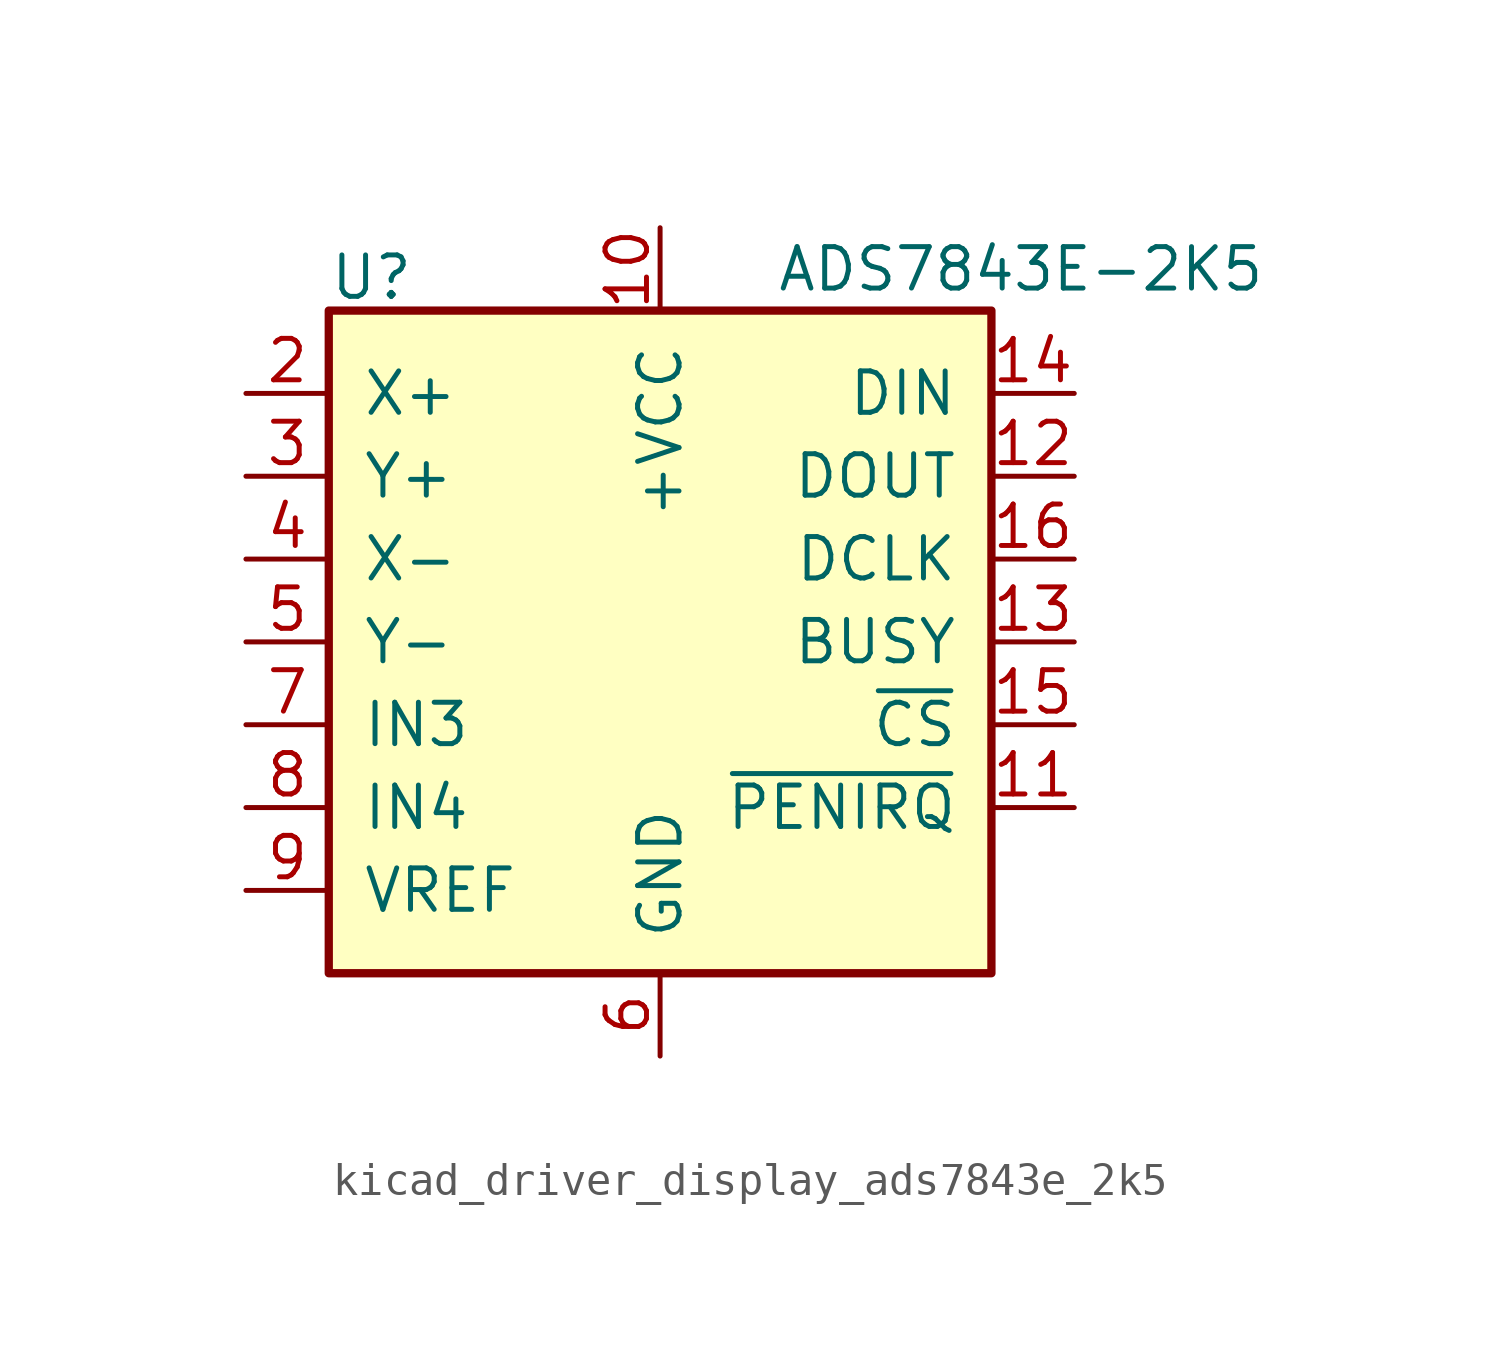
<source format=kicad_sym>
(kicad_symbol_lib
  (version 20220914)
  (generator kicad_symbol_editor)
  (symbol "kicad_driver_display_ads7843e_2k5"
    (pin_names
      (offset 1.016))
    (property "Reference" "U"
      (at -10.16 11.176 0)
      (effects (font (size 1.27 1.27)) (justify left)))
    (property "Value" "ADS7843E-2K5"
      (at 3.556 11.43 0)
      (effects (font (size 1.27 1.27)) (justify left)))
    (symbol "kicad_driver_display_ads7843e_2k5_0_1"
      (rectangle (start -10.16 10.16) (end 10.16 -10.16) (stroke (width 0.254) (type default)) (fill (type background))))
    (symbol "kicad_driver_display_ads7843e_2k5_1_1"
      (pin passive line (at 0 12.7 270) (length 2.54) hide (name "+VCC" (effects (font (size 1.27 1.27)))) (number "1" (effects (font (size 1.27 1.27)))))
      (pin power_in line (at 0 12.7 270) (length 2.54) (name "+VCC" (effects (font (size 1.27 1.27)))) (number "10" (effects (font (size 1.27 1.27)))))
      (pin open_collector line (at 12.7 -5.08 180) (length 2.54) (name "~{PENIRQ}" (effects (font (size 1.27 1.27)))) (number "11" (effects (font (size 1.27 1.27)))))
      (pin output line (at 12.7 5.08 180) (length 2.54) (name "DOUT" (effects (font (size 1.27 1.27)))) (number "12" (effects (font (size 1.27 1.27)))))
      (pin output line (at 12.7 0 180) (length 2.54) (name "BUSY" (effects (font (size 1.27 1.27)))) (number "13" (effects (font (size 1.27 1.27)))))
      (pin input line (at 12.7 7.62 180) (length 2.54) (name "DIN" (effects (font (size 1.27 1.27)))) (number "14" (effects (font (size 1.27 1.27)))))
      (pin input line (at 12.7 -2.54 180) (length 2.54) (name "~{CS}" (effects (font (size 1.27 1.27)))) (number "15" (effects (font (size 1.27 1.27)))))
      (pin input line (at 12.7 2.54 180) (length 2.54) (name "DCLK" (effects (font (size 1.27 1.27)))) (number "16" (effects (font (size 1.27 1.27)))))
      (pin input line (at -12.7 7.62 0) (length 2.54) (name "X+" (effects (font (size 1.27 1.27)))) (number "2" (effects (font (size 1.27 1.27)))))
      (pin input line (at -12.7 5.08 0) (length 2.54) (name "Y+" (effects (font (size 1.27 1.27)))) (number "3" (effects (font (size 1.27 1.27)))))
      (pin input line (at -12.7 2.54 0) (length 2.54) (name "X-" (effects (font (size 1.27 1.27)))) (number "4" (effects (font (size 1.27 1.27)))))
      (pin input line (at -12.7 0 0) (length 2.54) (name "Y-" (effects (font (size 1.27 1.27)))) (number "5" (effects (font (size 1.27 1.27)))))
      (pin power_in line (at 0 -12.7 90) (length 2.54) (name "GND" (effects (font (size 1.27 1.27)))) (number "6" (effects (font (size 1.27 1.27)))))
      (pin input line (at -12.7 -2.54 0) (length 2.54) (name "IN3" (effects (font (size 1.27 1.27)))) (number "7" (effects (font (size 1.27 1.27)))))
      (pin input line (at -12.7 -5.08 0) (length 2.54) (name "IN4" (effects (font (size 1.27 1.27)))) (number "8" (effects (font (size 1.27 1.27)))))
      (pin input line (at -12.7 -7.62 0) (length 2.54) (name "VREF" (effects (font (size 1.27 1.27)))) (number "9" (effects (font (size 1.27 1.27))))))))
</source>
